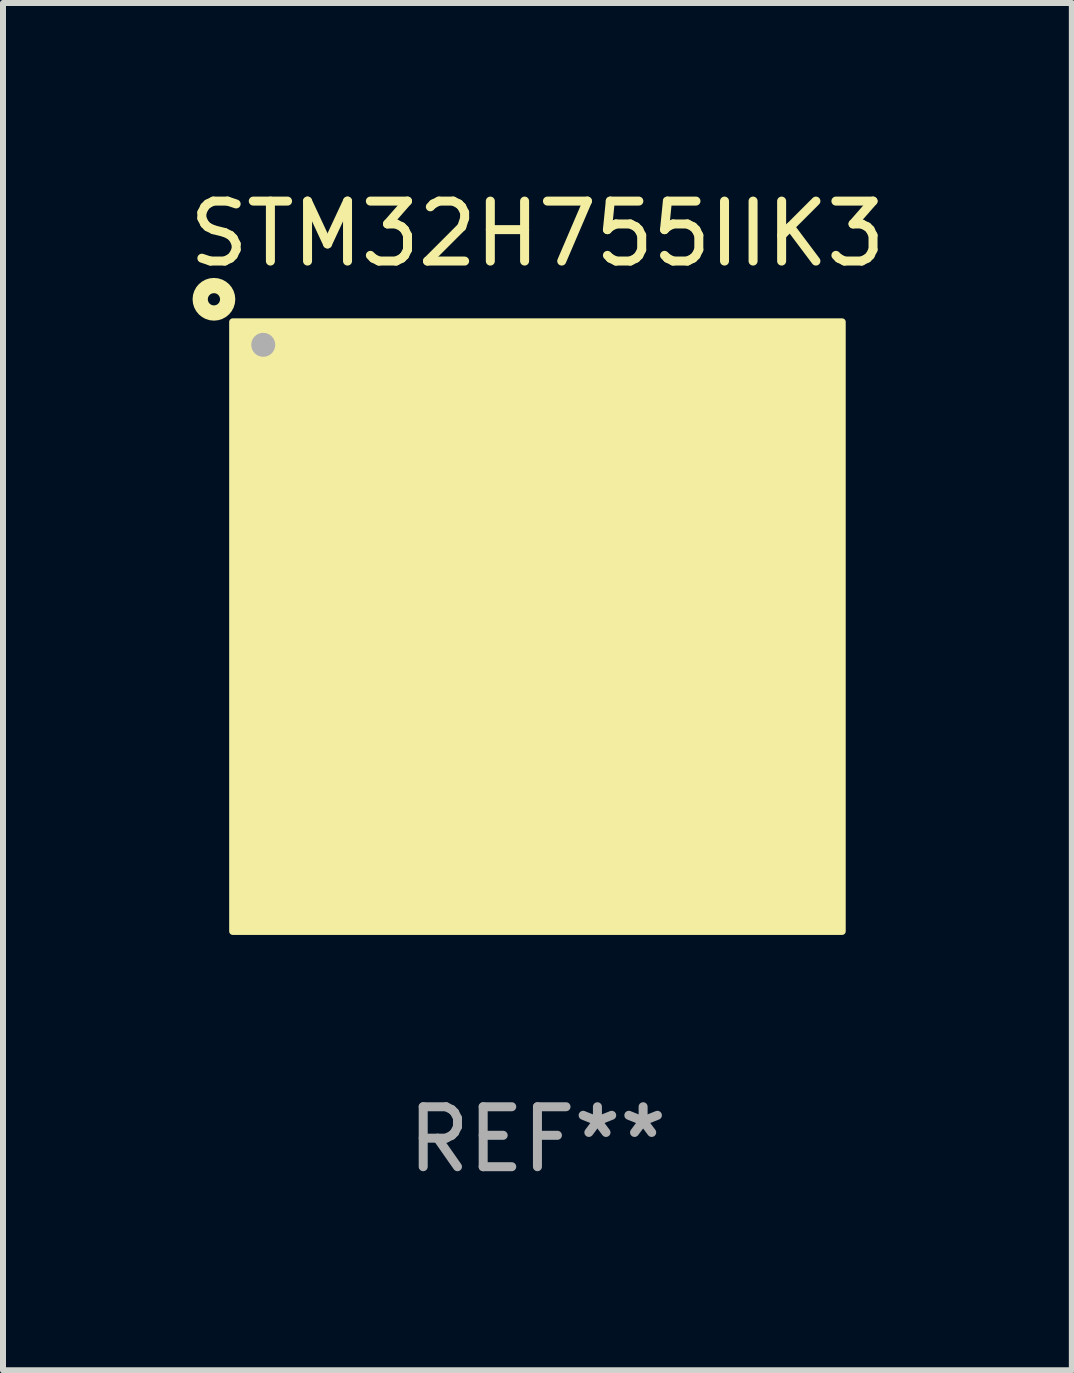
<source format=kicad_pcb>
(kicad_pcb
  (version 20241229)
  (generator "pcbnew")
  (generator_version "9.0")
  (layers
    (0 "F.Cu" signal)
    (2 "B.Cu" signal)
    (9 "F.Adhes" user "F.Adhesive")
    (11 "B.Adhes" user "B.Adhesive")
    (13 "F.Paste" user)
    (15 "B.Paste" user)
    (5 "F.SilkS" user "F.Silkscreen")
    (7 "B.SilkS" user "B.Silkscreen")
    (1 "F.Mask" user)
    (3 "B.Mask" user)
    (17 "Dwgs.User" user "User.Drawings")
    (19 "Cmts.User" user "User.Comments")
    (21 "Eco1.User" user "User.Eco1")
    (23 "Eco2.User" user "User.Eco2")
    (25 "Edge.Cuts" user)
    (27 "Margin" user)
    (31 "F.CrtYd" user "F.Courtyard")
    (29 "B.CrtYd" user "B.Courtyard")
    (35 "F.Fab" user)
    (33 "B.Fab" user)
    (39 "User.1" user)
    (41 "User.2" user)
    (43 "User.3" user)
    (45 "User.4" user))
  (footprint "STM32H755IIK3"
    (layer "F.Cu")
    (at 5.911 7.398)
    (property "Reference" "STM32H755IIK3" (at 0 -6.55 0) (layer "F.SilkS") (effects (font (size 1 1) (thickness 0.15))))
    (attr through_hole)
    (fp_circle (center -5.394 -5.458) (end -5.292 -5.458) (stroke (width 0.254) (type solid)) (fill no) (layer "F.SilkS"))
    (fp_circle (center -5 -5) (end -4.97 -5) (stroke (width 0.06) (type solid)) (fill no) (layer "F.SilkS"))
    (fp_poly (pts (xy -5.08 -5.08) (xy 5.08 -5.08) (xy 5.08 5.08) (xy -5.08 5.08)) (stroke (width 0.12) (type solid)) (fill yes) (layer "F.SilkS"))
    (fp_circle (center -4.572 -4.699) (end -4.472 -4.699) (stroke (width 0.2) (type solid)) (fill no) (layer "F.Fab"))
    (fp_text user "REF**" (at 0 8.55 0) (layer "F.Fab") (effects (font (size 1 1) (thickness 0.15))))
    (pad "A1" smd circle (at -4.55 -4.55) (size 0.3 0.3) (layers "F.Cu" "F.Mask" "F.Paste"))
    (pad "A2" smd circle (at -3.9 -4.55) (size 0.3 0.3) (layers "F.Cu" "F.Mask" "F.Paste"))
    (pad "A3" smd circle (at -3.25 -4.55) (size 0.3 0.3) (layers "F.Cu" "F.Mask" "F.Paste"))
    (pad "A4" smd circle (at -2.6 -4.55) (size 0.3 0.3) (layers "F.Cu" "F.Mask" "F.Paste"))
    (pad "A5" smd circle (at -1.95 -4.55) (size 0.3 0.3) (layers "F.Cu" "F.Mask" "F.Paste"))
    (pad "A6" smd circle (at -1.3 -4.55) (size 0.3 0.3) (layers "F.Cu" "F.Mask" "F.Paste"))
    (pad "A7" smd circle (at -0.65 -4.55) (size 0.3 0.3) (layers "F.Cu" "F.Mask" "F.Paste"))
    (pad "A8" smd circle (at -0.000127 -4.55) (size 0.3 0.3) (layers "F.Cu" "F.Mask" "F.Paste"))
    (pad "A9" smd circle (at 0.65 -4.55) (size 0.3 0.3) (layers "F.Cu" "F.Mask" "F.Paste"))
    (pad "A10" smd circle (at 1.3 -4.55) (size 0.3 0.3) (layers "F.Cu" "F.Mask" "F.Paste"))
    (pad "A11" smd circle (at 1.95 -4.55) (size 0.3 0.3) (layers "F.Cu" "F.Mask" "F.Paste"))
    (pad "A12" smd circle (at 2.6 -4.55) (size 0.3 0.3) (layers "F.Cu" "F.Mask" "F.Paste"))
    (pad "A13" smd circle (at 3.25 -4.55) (size 0.3 0.3) (layers "F.Cu" "F.Mask" "F.Paste"))
    (pad "A14" smd circle (at 3.9 -4.55) (size 0.3 0.3) (layers "F.Cu" "F.Mask" "F.Paste"))
    (pad "A15" smd circle (at 4.55 -4.55) (size 0.3 0.3) (layers "F.Cu" "F.Mask" "F.Paste"))
    (pad "B1" smd circle (at -4.55 -3.9) (size 0.3 0.3) (layers "F.Cu" "F.Mask" "F.Paste"))
    (pad "B2" smd circle (at -3.9 -3.9) (size 0.3 0.3) (layers "F.Cu" "F.Mask" "F.Paste"))
    (pad "B3" smd circle (at -3.25 -3.9) (size 0.3 0.3) (layers "F.Cu" "F.Mask" "F.Paste"))
    (pad "B4" smd circle (at -2.6 -3.9) (size 0.3 0.3) (layers "F.Cu" "F.Mask" "F.Paste"))
    (pad "B5" smd circle (at -1.95 -3.9) (size 0.3 0.3) (layers "F.Cu" "F.Mask" "F.Paste"))
    (pad "B6" smd circle (at -1.3 -3.9) (size 0.3 0.3) (layers "F.Cu" "F.Mask" "F.Paste"))
    (pad "B7" smd circle (at -0.65 -3.9) (size 0.3 0.3) (layers "F.Cu" "F.Mask" "F.Paste"))
    (pad "B8" smd circle (at 0.000127 -3.9) (size 0.3 0.3) (layers "F.Cu" "F.Mask" "F.Paste"))
    (pad "B9" smd circle (at 0.65 -3.9) (size 0.3 0.3) (layers "F.Cu" "F.Mask" "F.Paste"))
    (pad "B10" smd circle (at 1.3 -3.9) (size 0.3 0.3) (layers "F.Cu" "F.Mask" "F.Paste"))
    (pad "B11" smd circle (at 1.95 -3.9) (size 0.3 0.3) (layers "F.Cu" "F.Mask" "F.Paste"))
    (pad "B12" smd circle (at 2.6 -3.9) (size 0.3 0.3) (layers "F.Cu" "F.Mask" "F.Paste"))
    (pad "B13" smd circle (at 3.25 -3.9) (size 0.3 0.3) (layers "F.Cu" "F.Mask" "F.Paste"))
    (pad "B14" smd circle (at 3.9 -3.9) (size 0.3 0.3) (layers "F.Cu" "F.Mask" "F.Paste"))
    (pad "B15" smd circle (at 4.55 -3.9) (size 0.3 0.3) (layers "F.Cu" "F.Mask" "F.Paste"))
    (pad "C1" smd circle (at -4.55 -3.25) (size 0.3 0.3) (layers "F.Cu" "F.Mask" "F.Paste"))
    (pad "C2" smd circle (at -3.9 -3.25) (size 0.3 0.3) (layers "F.Cu" "F.Mask" "F.Paste"))
    (pad "C3" smd circle (at -3.25 -3.25) (size 0.3 0.3) (layers "F.Cu" "F.Mask" "F.Paste"))
    (pad "C4" smd circle (at -2.6 -3.25) (size 0.3 0.3) (layers "F.Cu" "F.Mask" "F.Paste"))
    (pad "C5" smd circle (at -1.95 -3.25) (size 0.3 0.3) (layers "F.Cu" "F.Mask" "F.Paste"))
    (pad "C6" smd circle (at -1.3 -3.25) (size 0.3 0.3) (layers "F.Cu" "F.Mask" "F.Paste"))
    (pad "C7" smd circle (at -0.65 -3.25) (size 0.3 0.3) (layers "F.Cu" "F.Mask" "F.Paste"))
    (pad "C8" smd circle (at 0.000127 -3.25) (size 0.3 0.3) (layers "F.Cu" "F.Mask" "F.Paste"))
    (pad "C9" smd circle (at 0.65 -3.25) (size 0.3 0.3) (layers "F.Cu" "F.Mask" "F.Paste"))
    (pad "C10" smd circle (at 1.3 -3.25) (size 0.3 0.3) (layers "F.Cu" "F.Mask" "F.Paste"))
    (pad "C11" smd circle (at 1.95 -3.25) (size 0.3 0.3) (layers "F.Cu" "F.Mask" "F.Paste"))
    (pad "C12" smd circle (at 2.6 -3.25) (size 0.3 0.3) (layers "F.Cu" "F.Mask" "F.Paste"))
    (pad "C13" smd circle (at 3.25 -3.25) (size 0.3 0.3) (layers "F.Cu" "F.Mask" "F.Paste"))
    (pad "C14" smd circle (at 3.9 -3.25) (size 0.3 0.3) (layers "F.Cu" "F.Mask" "F.Paste"))
    (pad "C15" smd circle (at 4.55 -3.25) (size 0.3 0.3) (layers "F.Cu" "F.Mask" "F.Paste"))
    (pad "D1" smd circle (at -4.55 -2.6) (size 0.3 0.3) (layers "F.Cu" "F.Mask" "F.Paste"))
    (pad "D2" smd circle (at -3.9 -2.6) (size 0.3 0.3) (layers "F.Cu" "F.Mask" "F.Paste"))
    (pad "D3" smd circle (at -3.25 -2.6) (size 0.3 0.3) (layers "F.Cu" "F.Mask" "F.Paste"))
    (pad "D4" smd circle (at -2.6 -2.6) (size 0.3 0.3) (layers "F.Cu" "F.Mask" "F.Paste"))
    (pad "D5" smd circle (at -1.95 -2.6) (size 0.3 0.3) (layers "F.Cu" "F.Mask" "F.Paste"))
    (pad "D6" smd circle (at -1.3 -2.6) (size 0.3 0.3) (layers "F.Cu" "F.Mask" "F.Paste"))
    (pad "D7" smd circle (at -0.65 -2.6) (size 0.3 0.3) (layers "F.Cu" "F.Mask" "F.Paste"))
    (pad "D8" smd circle (at -0.000127 -2.6) (size 0.3 0.3) (layers "F.Cu" "F.Mask" "F.Paste"))
    (pad "D9" smd circle (at 0.65 -2.6) (size 0.3 0.3) (layers "F.Cu" "F.Mask" "F.Paste"))
    (pad "D10" smd circle (at 1.3 -2.6) (size 0.3 0.3) (layers "F.Cu" "F.Mask" "F.Paste"))
    (pad "D11" smd circle (at 1.95 -2.6) (size 0.3 0.3) (layers "F.Cu" "F.Mask" "F.Paste"))
    (pad "D12" smd circle (at 2.6 -2.6) (size 0.3 0.3) (layers "F.Cu" "F.Mask" "F.Paste"))
    (pad "D13" smd circle (at 3.25 -2.6) (size 0.3 0.3) (layers "F.Cu" "F.Mask" "F.Paste"))
    (pad "D14" smd circle (at 3.9 -2.6) (size 0.3 0.3) (layers "F.Cu" "F.Mask" "F.Paste"))
    (pad "D15" smd circle (at 4.55 -2.6) (size 0.3 0.3) (layers "F.Cu" "F.Mask" "F.Paste"))
    (pad "E1" smd circle (at -4.55 -1.95) (size 0.3 0.3) (layers "F.Cu" "F.Mask" "F.Paste"))
    (pad "E2" smd circle (at -3.9 -1.95) (size 0.3 0.3) (layers "F.Cu" "F.Mask" "F.Paste"))
    (pad "E3" smd circle (at -3.25 -1.95) (size 0.3 0.3) (layers "F.Cu" "F.Mask" "F.Paste"))
    (pad "E4" smd circle (at -2.6 -1.95) (size 0.3 0.3) (layers "F.Cu" "F.Mask" "F.Paste"))
    (pad "E12" smd circle (at 2.6 -1.95) (size 0.3 0.3) (layers "F.Cu" "F.Mask" "F.Paste"))
    (pad "E13" smd circle (at 3.25 -1.95) (size 0.3 0.3) (layers "F.Cu" "F.Mask" "F.Paste"))
    (pad "E14" smd circle (at 3.9 -1.95) (size 0.3 0.3) (layers "F.Cu" "F.Mask" "F.Paste"))
    (pad "E15" smd circle (at 4.55 -1.95) (size 0.3 0.3) (layers "F.Cu" "F.Mask" "F.Paste"))
    (pad "F1" smd circle (at -4.55 -1.3) (size 0.3 0.3) (layers "F.Cu" "F.Mask" "F.Paste"))
    (pad "F2" smd circle (at -3.9 -1.3) (size 0.3 0.3) (layers "F.Cu" "F.Mask" "F.Paste"))
    (pad "F3" smd circle (at -3.25 -1.3) (size 0.3 0.3) (layers "F.Cu" "F.Mask" "F.Paste"))
    (pad "F4" smd circle (at -2.6 -1.3) (size 0.3 0.3) (layers "F.Cu" "F.Mask" "F.Paste"))
    (pad "F6" smd circle (at -1.3 -1.3) (size 0.3 0.3) (layers "F.Cu" "F.Mask" "F.Paste"))
    (pad "F7" smd circle (at -0.65 -1.3) (size 0.3 0.3) (layers "F.Cu" "F.Mask" "F.Paste"))
    (pad "F8" smd circle (at 0.000127 -1.3) (size 0.3 0.3) (layers "F.Cu" "F.Mask" "F.Paste"))
    (pad "F9" smd circle (at 0.65 -1.3) (size 0.3 0.3) (layers "F.Cu" "F.Mask" "F.Paste"))
    (pad "F10" smd circle (at 1.3 -1.3) (size 0.3 0.3) (layers "F.Cu" "F.Mask" "F.Paste"))
    (pad "F12" smd circle (at 2.6 -1.3) (size 0.3 0.3) (layers "F.Cu" "F.Mask" "F.Paste"))
    (pad "F13" smd circle (at 3.25 -1.3) (size 0.3 0.3) (layers "F.Cu" "F.Mask" "F.Paste"))
    (pad "F14" smd circle (at 3.9 -1.3) (size 0.3 0.3) (layers "F.Cu" "F.Mask" "F.Paste"))
    (pad "F15" smd circle (at 4.55 -1.3) (size 0.3 0.3) (layers "F.Cu" "F.Mask" "F.Paste"))
    (pad "G1" smd circle (at -4.55 -0.65) (size 0.3 0.3) (layers "F.Cu" "F.Mask" "F.Paste"))
    (pad "G2" smd circle (at -3.9 -0.65) (size 0.3 0.3) (layers "F.Cu" "F.Mask" "F.Paste"))
    (pad "G3" smd circle (at -3.25 -0.65) (size 0.3 0.3) (layers "F.Cu" "F.Mask" "F.Paste"))
    (pad "G4" smd circle (at -2.6 -0.65) (size 0.3 0.3) (layers "F.Cu" "F.Mask" "F.Paste"))
    (pad "G6" smd circle (at -1.3 -0.65) (size 0.3 0.3) (layers "F.Cu" "F.Mask" "F.Paste"))
    (pad "G7" smd circle (at -0.65 -0.65) (size 0.3 0.3) (layers "F.Cu" "F.Mask" "F.Paste"))
    (pad "G8" smd circle (at -0.000127 -0.65) (size 0.3 0.3) (layers "F.Cu" "F.Mask" "F.Paste"))
    (pad "G9" smd circle (at 0.65 -0.65) (size 0.3 0.3) (layers "F.Cu" "F.Mask" "F.Paste"))
    (pad "G10" smd circle (at 1.3 -0.65) (size 0.3 0.3) (layers "F.Cu" "F.Mask" "F.Paste"))
    (pad "G12" smd circle (at 2.6 -0.65) (size 0.3 0.3) (layers "F.Cu" "F.Mask" "F.Paste"))
    (pad "G13" smd circle (at 3.25 -0.65) (size 0.3 0.3) (layers "F.Cu" "F.Mask" "F.Paste"))
    (pad "G14" smd circle (at 3.9 -0.65) (size 0.3 0.3) (layers "F.Cu" "F.Mask" "F.Paste"))
    (pad "G15" smd circle (at 4.55 -0.65) (size 0.3 0.3) (layers "F.Cu" "F.Mask" "F.Paste"))
    (pad "H1" smd circle (at -4.55 -0.000127) (size 0.3 0.3) (layers "F.Cu" "F.Mask" "F.Paste"))
    (pad "H2" smd circle (at -3.9 -0.000127) (size 0.3 0.3) (layers "F.Cu" "F.Mask" "F.Paste"))
    (pad "H3" smd circle (at -3.25 -0.000127) (size 0.3 0.3) (layers "F.Cu" "F.Mask" "F.Paste"))
    (pad "H4" smd circle (at -2.6 -0.000127) (size 0.3 0.3) (layers "F.Cu" "F.Mask" "F.Paste"))
    (pad "H6" smd circle (at -1.3 -0.000127) (size 0.3 0.3) (layers "F.Cu" "F.Mask" "F.Paste"))
    (pad "H7" smd circle (at -0.65 -0.000127) (size 0.3 0.3) (layers "F.Cu" "F.Mask" "F.Paste"))
    (pad "H8" smd circle (at -0.000127 -0.000127) (size 0.3 0.3) (layers "F.Cu" "F.Mask" "F.Paste"))
    (pad "H9" smd circle (at 0.65 -0.000127) (size 0.3 0.3) (layers "F.Cu" "F.Mask" "F.Paste"))
    (pad "H10" smd circle (at 1.3 -0.000127) (size 0.3 0.3) (layers "F.Cu" "F.Mask" "F.Paste"))
    (pad "H12" smd circle (at 2.6 -0.000127) (size 0.3 0.3) (layers "F.Cu" "F.Mask" "F.Paste"))
    (pad "H13" smd circle (at 3.25 -0.000127) (size 0.3 0.3) (layers "F.Cu" "F.Mask" "F.Paste"))
    (pad "H14" smd circle (at 3.9 -0.000127) (size 0.3 0.3) (layers "F.Cu" "F.Mask" "F.Paste"))
    (pad "H15" smd circle (at 4.55 -0.000127) (size 0.3 0.3) (layers "F.Cu" "F.Mask" "F.Paste"))
    (pad "J1" smd circle (at -4.55 0.65) (size 0.3 0.3) (layers "F.Cu" "F.Mask" "F.Paste"))
    (pad "J2" smd circle (at -3.9 0.65) (size 0.3 0.3) (layers "F.Cu" "F.Mask" "F.Paste"))
    (pad "J3" smd circle (at -3.25 0.65) (size 0.3 0.3) (layers "F.Cu" "F.Mask" "F.Paste"))
    (pad "J4" smd circle (at -2.6 0.65) (size 0.3 0.3) (layers "F.Cu" "F.Mask" "F.Paste"))
    (pad "J6" smd circle (at -1.3 0.65) (size 0.3 0.3) (layers "F.Cu" "F.Mask" "F.Paste"))
    (pad "J7" smd circle (at -0.65 0.65) (size 0.3 0.3) (layers "F.Cu" "F.Mask" "F.Paste"))
    (pad "J8" smd circle (at -0.000127 0.65) (size 0.3 0.3) (layers "F.Cu" "F.Mask" "F.Paste"))
    (pad "J9" smd circle (at 0.65 0.65) (size 0.3 0.3) (layers "F.Cu" "F.Mask" "F.Paste"))
    (pad "J10" smd circle (at 1.3 0.65) (size 0.3 0.3) (layers "F.Cu" "F.Mask" "F.Paste"))
    (pad "J12" smd circle (at 2.6 0.65) (size 0.3 0.3) (layers "F.Cu" "F.Mask" "F.Paste"))
    (pad "J13" smd circle (at 3.25 0.65) (size 0.3 0.3) (layers "F.Cu" "F.Mask" "F.Paste"))
    (pad "J14" smd circle (at 3.9 0.65) (size 0.3 0.3) (layers "F.Cu" "F.Mask" "F.Paste"))
    (pad "J15" smd circle (at 4.55 0.65) (size 0.3 0.3) (layers "F.Cu" "F.Mask" "F.Paste"))
    (pad "K1" smd circle (at -4.55 1.3) (size 0.3 0.3) (layers "F.Cu" "F.Mask" "F.Paste"))
    (pad "K2" smd circle (at -3.9 1.3) (size 0.3 0.3) (layers "F.Cu" "F.Mask" "F.Paste"))
    (pad "K3" smd circle (at -3.25 1.3) (size 0.3 0.3) (layers "F.Cu" "F.Mask" "F.Paste"))
    (pad "K4" smd circle (at -2.6 1.3) (size 0.3 0.3) (layers "F.Cu" "F.Mask" "F.Paste"))
    (pad "K6" smd circle (at -1.3 1.3) (size 0.3 0.3) (layers "F.Cu" "F.Mask" "F.Paste"))
    (pad "K7" smd circle (at -0.65 1.3) (size 0.3 0.3) (layers "F.Cu" "F.Mask" "F.Paste"))
    (pad "K8" smd circle (at 0.000127 1.3) (size 0.3 0.3) (layers "F.Cu" "F.Mask" "F.Paste"))
    (pad "K9" smd circle (at 0.65 1.3) (size 0.3 0.3) (layers "F.Cu" "F.Mask" "F.Paste"))
    (pad "K10" smd circle (at 1.3 1.3) (size 0.3 0.3) (layers "F.Cu" "F.Mask" "F.Paste"))
    (pad "K12" smd circle (at 2.6 1.3) (size 0.3 0.3) (layers "F.Cu" "F.Mask" "F.Paste"))
    (pad "K13" smd circle (at 3.25 1.3) (size 0.3 0.3) (layers "F.Cu" "F.Mask" "F.Paste"))
    (pad "K14" smd circle (at 3.9 1.3) (size 0.3 0.3) (layers "F.Cu" "F.Mask" "F.Paste"))
    (pad "K15" smd circle (at 4.55 1.3) (size 0.3 0.3) (layers "F.Cu" "F.Mask" "F.Paste"))
    (pad "L1" smd circle (at -4.55 1.95) (size 0.3 0.3) (layers "F.Cu" "F.Mask" "F.Paste"))
    (pad "L2" smd circle (at -3.9 1.95) (size 0.3 0.3) (layers "F.Cu" "F.Mask" "F.Paste"))
    (pad "L3" smd circle (at -3.25 1.95) (size 0.3 0.3) (layers "F.Cu" "F.Mask" "F.Paste"))
    (pad "L4" smd circle (at -2.6 1.95) (size 0.3 0.3) (layers "F.Cu" "F.Mask" "F.Paste"))
    (pad "L12" smd circle (at 2.6 1.95) (size 0.3 0.3) (layers "F.Cu" "F.Mask" "F.Paste"))
    (pad "L13" smd circle (at 3.25 1.95) (size 0.3 0.3) (layers "F.Cu" "F.Mask" "F.Paste"))
    (pad "L14" smd circle (at 3.9 1.95) (size 0.3 0.3) (layers "F.Cu" "F.Mask" "F.Paste"))
    (pad "L15" smd circle (at 4.55 1.95) (size 0.3 0.3) (layers "F.Cu" "F.Mask" "F.Paste"))
    (pad "M1" smd circle (at -4.55 2.6) (size 0.3 0.3) (layers "F.Cu" "F.Mask" "F.Paste"))
    (pad "M2" smd circle (at -3.9 2.6) (size 0.3 0.3) (layers "F.Cu" "F.Mask" "F.Paste"))
    (pad "M3" smd circle (at -3.25 2.6) (size 0.3 0.3) (layers "F.Cu" "F.Mask" "F.Paste"))
    (pad "M4" smd circle (at -2.6 2.6) (size 0.3 0.3) (layers "F.Cu" "F.Mask" "F.Paste"))
    (pad "M5" smd circle (at -1.95 2.6) (size 0.3 0.3) (layers "F.Cu" "F.Mask" "F.Paste"))
    (pad "M6" smd circle (at -1.3 2.6) (size 0.3 0.3) (layers "F.Cu" "F.Mask" "F.Paste"))
    (pad "M7" smd circle (at -0.65 2.6) (size 0.3 0.3) (layers "F.Cu" "F.Mask" "F.Paste"))
    (pad "M8" smd circle (at -0.000127 2.6) (size 0.3 0.3) (layers "F.Cu" "F.Mask" "F.Paste"))
    (pad "M9" smd circle (at 0.65 2.6) (size 0.3 0.3) (layers "F.Cu" "F.Mask" "F.Paste"))
    (pad "M10" smd circle (at 1.3 2.6) (size 0.3 0.3) (layers "F.Cu" "F.Mask" "F.Paste"))
    (pad "M11" smd circle (at 1.95 2.6) (size 0.3 0.3) (layers "F.Cu" "F.Mask" "F.Paste"))
    (pad "M12" smd circle (at 2.6 2.6) (size 0.3 0.3) (layers "F.Cu" "F.Mask" "F.Paste"))
    (pad "M13" smd circle (at 3.25 2.6) (size 0.3 0.3) (layers "F.Cu" "F.Mask" "F.Paste"))
    (pad "M14" smd circle (at 3.9 2.6) (size 0.3 0.3) (layers "F.Cu" "F.Mask" "F.Paste"))
    (pad "M15" smd circle (at 4.55 2.6) (size 0.3 0.3) (layers "F.Cu" "F.Mask" "F.Paste"))
    (pad "N1" smd circle (at -4.55 3.25) (size 0.3 0.3) (layers "F.Cu" "F.Mask" "F.Paste"))
    (pad "N2" smd circle (at -3.9 3.25) (size 0.3 0.3) (layers "F.Cu" "F.Mask" "F.Paste"))
    (pad "N3" smd circle (at -3.25 3.25) (size 0.3 0.3) (layers "F.Cu" "F.Mask" "F.Paste"))
    (pad "N4" smd circle (at -2.6 3.25) (size 0.3 0.3) (layers "F.Cu" "F.Mask" "F.Paste"))
    (pad "N5" smd circle (at -1.95 3.25) (size 0.3 0.3) (layers "F.Cu" "F.Mask" "F.Paste"))
    (pad "N6" smd circle (at -1.3 3.25) (size 0.3 0.3) (layers "F.Cu" "F.Mask" "F.Paste"))
    (pad "N7" smd circle (at -0.65 3.25) (size 0.3 0.3) (layers "F.Cu" "F.Mask" "F.Paste"))
    (pad "N8" smd circle (at -0.000127 3.25) (size 0.3 0.3) (layers "F.Cu" "F.Mask" "F.Paste"))
    (pad "N9" smd circle (at 0.65 3.25) (size 0.3 0.3) (layers "F.Cu" "F.Mask" "F.Paste"))
    (pad "N10" smd circle (at 1.3 3.25) (size 0.3 0.3) (layers "F.Cu" "F.Mask" "F.Paste"))
    (pad "N11" smd circle (at 1.95 3.25) (size 0.3 0.3) (layers "F.Cu" "F.Mask" "F.Paste"))
    (pad "N12" smd circle (at 2.6 3.25) (size 0.3 0.3) (layers "F.Cu" "F.Mask" "F.Paste"))
    (pad "N13" smd circle (at 3.25 3.25) (size 0.3 0.3) (layers "F.Cu" "F.Mask" "F.Paste"))
    (pad "N14" smd circle (at 3.9 3.25) (size 0.3 0.3) (layers "F.Cu" "F.Mask" "F.Paste"))
    (pad "N15" smd circle (at 4.55 3.25) (size 0.3 0.3) (layers "F.Cu" "F.Mask" "F.Paste"))
    (pad "P1" smd circle (at -4.55 3.9) (size 0.3 0.3) (layers "F.Cu" "F.Mask" "F.Paste"))
    (pad "P2" smd circle (at -3.9 3.9) (size 0.3 0.3) (layers "F.Cu" "F.Mask" "F.Paste"))
    (pad "P3" smd circle (at -3.25 3.9) (size 0.3 0.3) (layers "F.Cu" "F.Mask" "F.Paste"))
    (pad "P4" smd circle (at -2.6 3.9) (size 0.3 0.3) (layers "F.Cu" "F.Mask" "F.Paste"))
    (pad "P5" smd circle (at -1.95 3.9) (size 0.3 0.3) (layers "F.Cu" "F.Mask" "F.Paste"))
    (pad "P6" smd circle (at -1.3 3.9) (size 0.3 0.3) (layers "F.Cu" "F.Mask" "F.Paste"))
    (pad "P7" smd circle (at -0.65 3.9) (size 0.3 0.3) (layers "F.Cu" "F.Mask" "F.Paste"))
    (pad "P8" smd circle (at 0.000127 3.9) (size 0.3 0.3) (layers "F.Cu" "F.Mask" "F.Paste"))
    (pad "P9" smd circle (at 0.65 3.9) (size 0.3 0.3) (layers "F.Cu" "F.Mask" "F.Paste"))
    (pad "P10" smd circle (at 1.3 3.9) (size 0.3 0.3) (layers "F.Cu" "F.Mask" "F.Paste"))
    (pad "P11" smd circle (at 1.95 3.9) (size 0.3 0.3) (layers "F.Cu" "F.Mask" "F.Paste"))
    (pad "P12" smd circle (at 2.6 3.9) (size 0.3 0.3) (layers "F.Cu" "F.Mask" "F.Paste"))
    (pad "P13" smd circle (at 3.25 3.9) (size 0.3 0.3) (layers "F.Cu" "F.Mask" "F.Paste"))
    (pad "P14" smd circle (at 3.9 3.9) (size 0.3 0.3) (layers "F.Cu" "F.Mask" "F.Paste"))
    (pad "P15" smd circle (at 4.55 3.9) (size 0.3 0.3) (layers "F.Cu" "F.Mask" "F.Paste"))
    (pad "R1" smd circle (at -4.55 4.55) (size 0.3 0.3) (layers "F.Cu" "F.Mask" "F.Paste"))
    (pad "R2" smd circle (at -3.9 4.55) (size 0.3 0.3) (layers "F.Cu" "F.Mask" "F.Paste"))
    (pad "R3" smd circle (at -3.25 4.55) (size 0.3 0.3) (layers "F.Cu" "F.Mask" "F.Paste"))
    (pad "R4" smd circle (at -2.6 4.55) (size 0.3 0.3) (layers "F.Cu" "F.Mask" "F.Paste"))
    (pad "R5" smd circle (at -1.95 4.55) (size 0.3 0.3) (layers "F.Cu" "F.Mask" "F.Paste"))
    (pad "R6" smd circle (at -1.3 4.55) (size 0.3 0.3) (layers "F.Cu" "F.Mask" "F.Paste"))
    (pad "R7" smd circle (at -0.65 4.55) (size 0.3 0.3) (layers "F.Cu" "F.Mask" "F.Paste"))
    (pad "R8" smd circle (at -0.000127 4.55) (size 0.3 0.3) (layers "F.Cu" "F.Mask" "F.Paste"))
    (pad "R9" smd circle (at 0.65 4.55) (size 0.3 0.3) (layers "F.Cu" "F.Mask" "F.Paste"))
    (pad "R10" smd circle (at 1.3 4.55) (size 0.3 0.3) (layers "F.Cu" "F.Mask" "F.Paste"))
    (pad "R11" smd circle (at 1.95 4.55) (size 0.3 0.3) (layers "F.Cu" "F.Mask" "F.Paste"))
    (pad "R12" smd circle (at 2.6 4.55) (size 0.3 0.3) (layers "F.Cu" "F.Mask" "F.Paste"))
    (pad "R13" smd circle (at 3.25 4.55) (size 0.3 0.3) (layers "F.Cu" "F.Mask" "F.Paste"))
    (pad "R14" smd circle (at 3.9 4.55) (size 0.3 0.3) (layers "F.Cu" "F.Mask" "F.Paste"))
    (pad "R15" smd circle (at 4.55 4.55) (size 0.3 0.3) (layers "F.Cu" "F.Mask" "F.Paste")))
  (gr_rect
    (start -3 -3)
    (end 14.821 19.797)
    (stroke (width 0.1) (type default))
    (fill no)
    (layer "Edge.Cuts")))
</source>
